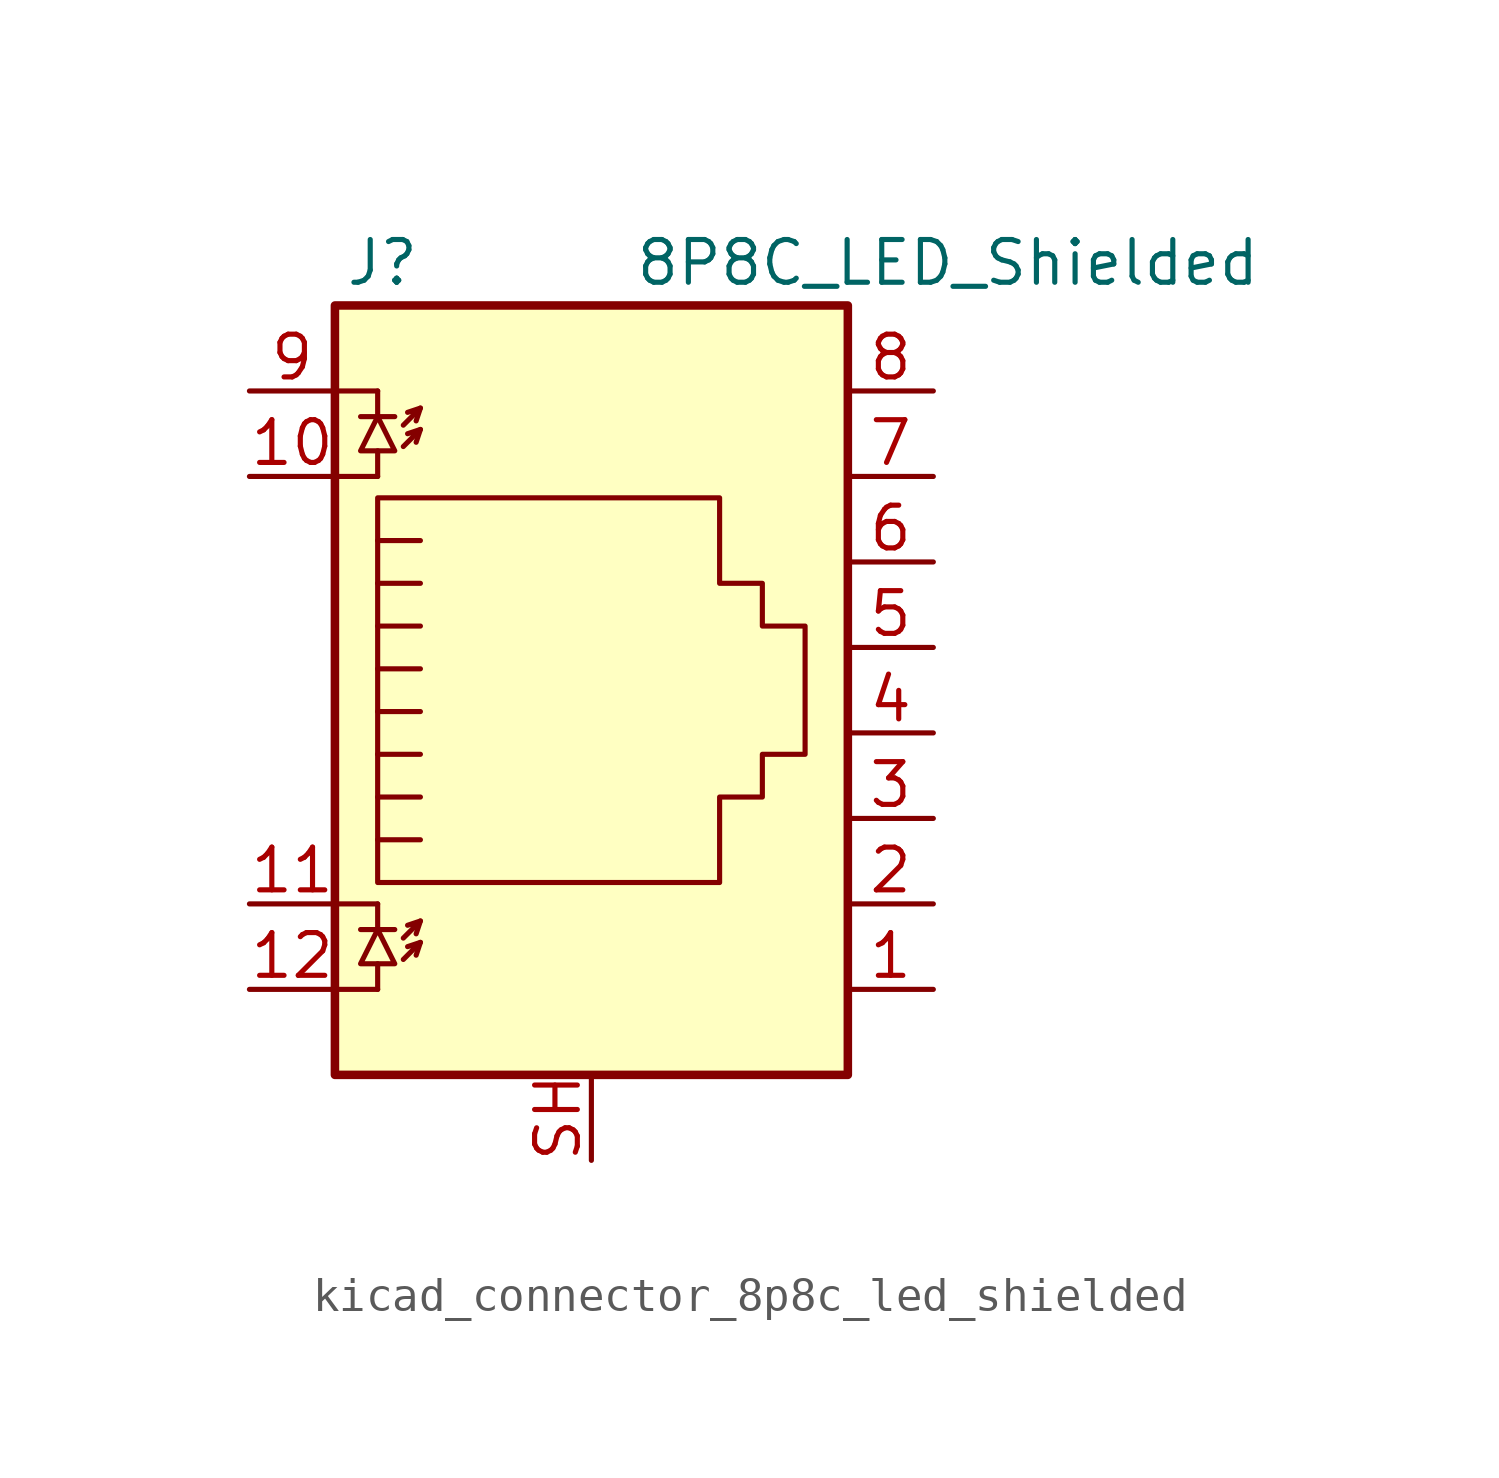
<source format=kicad_sym>
(kicad_symbol_lib
  (version 20220914)
  (generator kicad_symbol_editor)
  (symbol "kicad_connector_8p8c_led_shielded"
    (pin_names
      (offset 1.016))
    (property "Reference" "J"
      (at -5.08 13.97 0)
      (effects (font (size 1.27 1.27)) (justify right)))
    (property "Value" "8P8C_LED_Shielded"
      (at 1.27 13.97 0)
      (effects (font (size 1.27 1.27)) (justify left)))
    (symbol "kicad_connector_8p8c_led_shielded_0_1"
      (polyline (pts (xy -7.62 -7.62) (xy -6.35 -7.62)) (stroke (width 0) (type default)) (fill (type none)))
      (polyline (pts (xy -7.62 -5.08) (xy -6.35 -5.08)) (stroke (width 0) (type default)) (fill (type none)))
      (polyline (pts (xy -7.62 7.62) (xy -6.35 7.62)) (stroke (width 0) (type default)) (fill (type none)))
      (polyline (pts (xy -7.62 10.16) (xy -6.35 10.16)) (stroke (width 0) (type default)) (fill (type none)))
      (polyline (pts (xy -6.858 -5.842) (xy -5.842 -5.842)) (stroke (width 0) (type default)) (fill (type none)))
      (polyline (pts (xy -6.858 9.398) (xy -5.842 9.398)) (stroke (width 0) (type default)) (fill (type none)))
      (polyline (pts (xy -6.35 -7.62) (xy -6.35 -6.858)) (stroke (width 0) (type default)) (fill (type none)))
      (polyline (pts (xy -6.35 -5.08) (xy -6.35 -5.842)) (stroke (width 0) (type default)) (fill (type none)))
      (polyline (pts (xy -6.35 7.62) (xy -6.35 8.382)) (stroke (width 0) (type default)) (fill (type none)))
      (polyline (pts (xy -6.35 10.16) (xy -6.35 9.398)) (stroke (width 0) (type default)) (fill (type none)))
      (polyline (pts (xy -5.08 -6.223) (xy -5.207 -6.604)) (stroke (width 0) (type default)) (fill (type none)))
      (polyline (pts (xy -5.08 -5.588) (xy -5.207 -5.969)) (stroke (width 0) (type default)) (fill (type none)))
      (polyline (pts (xy -5.08 4.445) (xy -6.35 4.445)) (stroke (width 0) (type default)) (fill (type none)))
      (polyline (pts (xy -5.08 5.715) (xy -6.35 5.715)) (stroke (width 0) (type default)) (fill (type none)))
      (polyline (pts (xy -5.08 9.017) (xy -5.207 8.636)) (stroke (width 0) (type default)) (fill (type none)))
      (polyline (pts (xy -5.08 9.652) (xy -5.207 9.271)) (stroke (width 0) (type default)) (fill (type none)))
      (polyline (pts (xy -6.35 -3.175) (xy -5.08 -3.175) (xy -5.08 -3.175)) (stroke (width 0) (type default)) (fill (type none)))
      (polyline (pts (xy -6.35 -1.905) (xy -5.08 -1.905) (xy -5.08 -1.905)) (stroke (width 0) (type default)) (fill (type none)))
      (polyline (pts (xy -6.35 -0.635) (xy -5.08 -0.635) (xy -5.08 -0.635)) (stroke (width 0) (type default)) (fill (type none)))
      (polyline (pts (xy -6.35 0.635) (xy -5.08 0.635) (xy -5.08 0.635)) (stroke (width 0) (type default)) (fill (type none)))
      (polyline (pts (xy -6.35 1.905) (xy -5.08 1.905) (xy -5.08 1.905)) (stroke (width 0) (type default)) (fill (type none)))
      (polyline (pts (xy -5.588 -6.731) (xy -5.08 -6.223) (xy -5.461 -6.35)) (stroke (width 0) (type default)) (fill (type none)))
      (polyline (pts (xy -5.588 -6.096) (xy -5.08 -5.588) (xy -5.461 -5.715)) (stroke (width 0) (type default)) (fill (type none)))
      (polyline (pts (xy -5.588 8.509) (xy -5.08 9.017) (xy -5.461 8.89)) (stroke (width 0) (type default)) (fill (type none)))
      (polyline (pts (xy -5.588 9.144) (xy -5.08 9.652) (xy -5.461 9.525)) (stroke (width 0) (type default)) (fill (type none)))
      (polyline (pts (xy -5.08 3.175) (xy -6.35 3.175) (xy -6.35 3.175)) (stroke (width 0) (type default)) (fill (type none)))
      (polyline (pts (xy -6.35 -5.842) (xy -6.858 -6.858) (xy -5.842 -6.858) (xy -6.35 -5.842)) (stroke (width 0) (type default)) (fill (type none)))
      (polyline (pts (xy -6.35 9.398) (xy -6.858 8.382) (xy -5.842 8.382) (xy -6.35 9.398)) (stroke (width 0) (type default)) (fill (type none)))
      (polyline (pts (xy -6.35 -4.445) (xy -6.35 6.985) (xy 3.81 6.985) (xy 3.81 4.445) (xy 5.08 4.445) (xy 5.08 3.175) (xy 6.35 3.175) (xy 6.35 -0.635) (xy 5.08 -0.635) (xy 5.08 -1.905) (xy 3.81 -1.905) (xy 3.81 -4.445) (xy -6.35 -4.445) (xy -6.35 -4.445)) (stroke (width 0) (type default)) (fill (type none)))
      (rectangle (start 7.62 12.7) (end -7.62 -10.16) (stroke (width 0.254) (type default)) (fill (type background))))
    (symbol "kicad_connector_8p8c_led_shielded_1_1"
      (pin passive line (at 10.16 -7.62 180) (length 2.54) (name "~" (effects (font (size 1.27 1.27)))) (number "1" (effects (font (size 1.27 1.27)))))
      (pin passive line (at -10.16 7.62 0) (length 2.54) (name "~" (effects (font (size 1.27 1.27)))) (number "10" (effects (font (size 1.27 1.27)))))
      (pin passive line (at -10.16 -5.08 0) (length 2.54) (name "~" (effects (font (size 1.27 1.27)))) (number "11" (effects (font (size 1.27 1.27)))))
      (pin passive line (at -10.16 -7.62 0) (length 2.54) (name "~" (effects (font (size 1.27 1.27)))) (number "12" (effects (font (size 1.27 1.27)))))
      (pin passive line (at 10.16 -5.08 180) (length 2.54) (name "~" (effects (font (size 1.27 1.27)))) (number "2" (effects (font (size 1.27 1.27)))))
      (pin passive line (at 10.16 -2.54 180) (length 2.54) (name "~" (effects (font (size 1.27 1.27)))) (number "3" (effects (font (size 1.27 1.27)))))
      (pin passive line (at 10.16 0 180) (length 2.54) (name "~" (effects (font (size 1.27 1.27)))) (number "4" (effects (font (size 1.27 1.27)))))
      (pin passive line (at 10.16 2.54 180) (length 2.54) (name "~" (effects (font (size 1.27 1.27)))) (number "5" (effects (font (size 1.27 1.27)))))
      (pin passive line (at 10.16 5.08 180) (length 2.54) (name "~" (effects (font (size 1.27 1.27)))) (number "6" (effects (font (size 1.27 1.27)))))
      (pin passive line (at 10.16 7.62 180) (length 2.54) (name "~" (effects (font (size 1.27 1.27)))) (number "7" (effects (font (size 1.27 1.27)))))
      (pin passive line (at 10.16 10.16 180) (length 2.54) (name "~" (effects (font (size 1.27 1.27)))) (number "8" (effects (font (size 1.27 1.27)))))
      (pin passive line (at -10.16 10.16 0) (length 2.54) (name "~" (effects (font (size 1.27 1.27)))) (number "9" (effects (font (size 1.27 1.27)))))
      (pin passive line (at 0 -12.7 90) (length 2.54) (name "~" (effects (font (size 1.27 1.27)))) (number "SH" (effects (font (size 1.27 1.27))))))))
</source>
